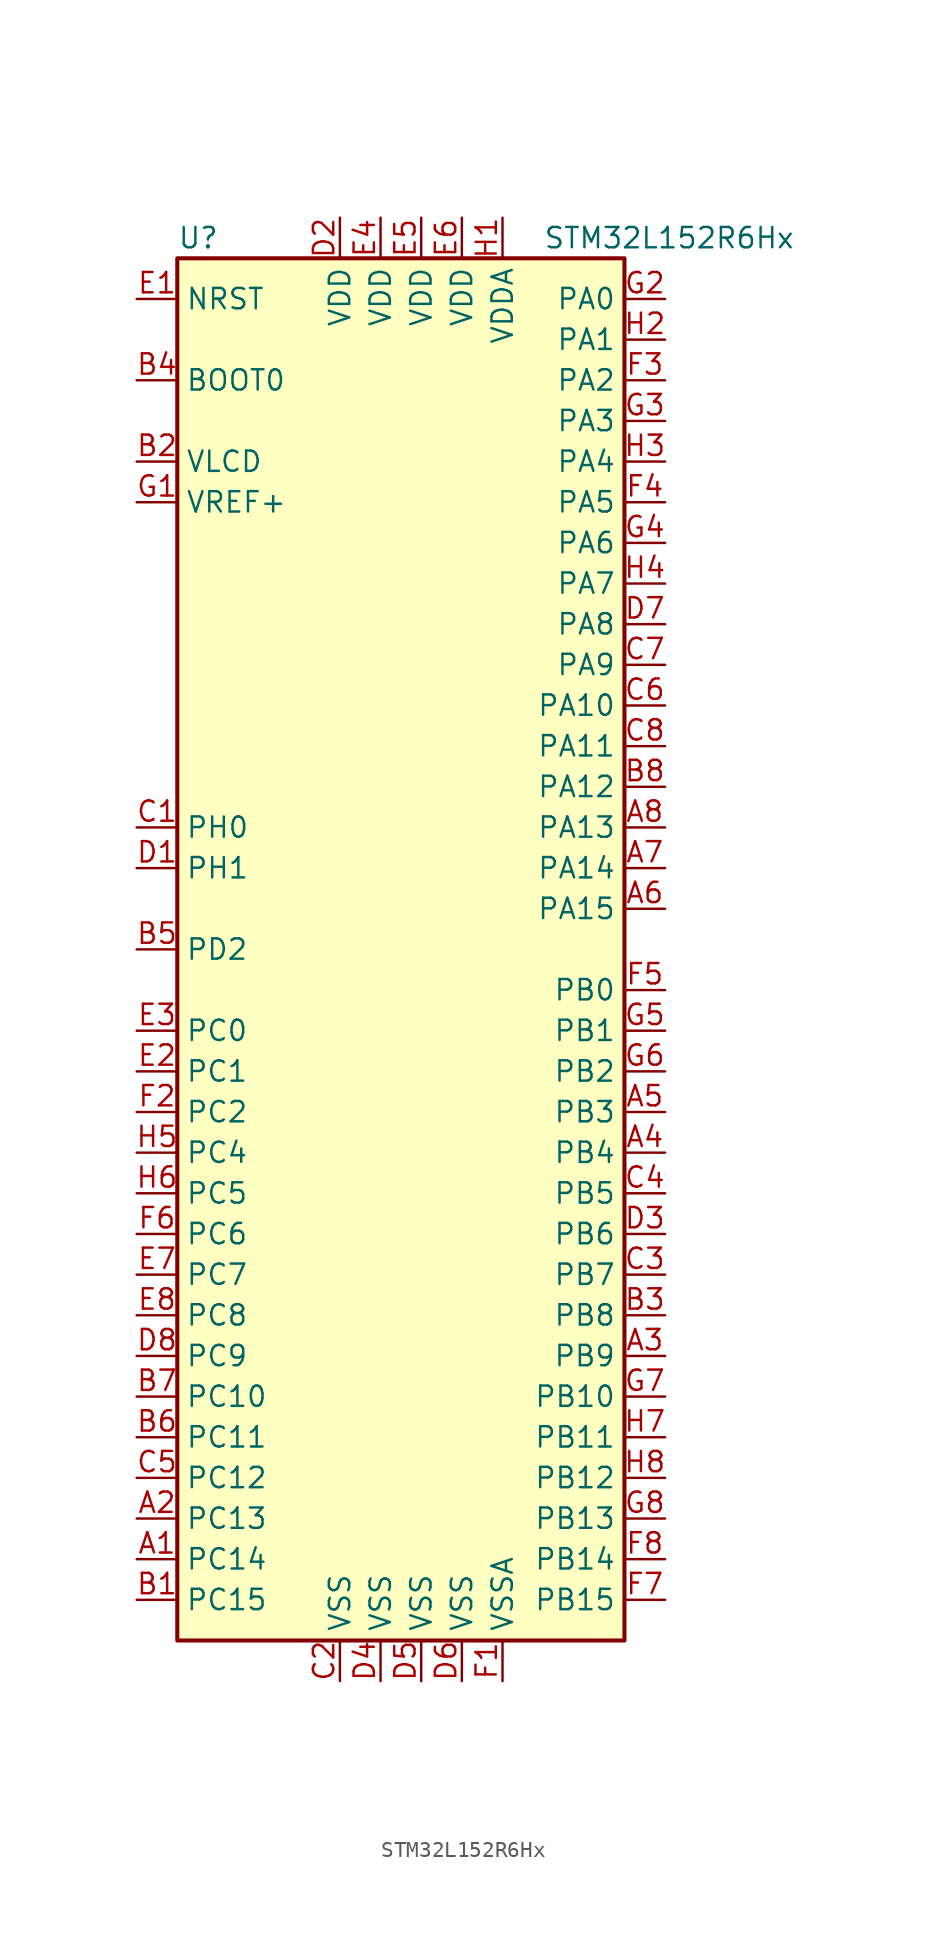
<source format=kicad_sym>
(kicad_symbol_lib
  (version 20201005)
  (generator kicad_symbol_editor)
  (symbol "STM32L152R6Hx"
    (property "Reference" "U"
      (at -15.24 44.45 0)
      (effects (font (size 1.27 1.27)) (justify left)))
    (property "Value" "STM32L152R6Hx"
      (at 7.62 44.45 0)
      (effects (font (size 1.27 1.27)) (justify left)))
    (symbol "STM32L152R6Hx_0_1"
      (rectangle (start -15.24 -43.18) (end 12.7 43.18) (stroke (width 0.254)) (fill (type background))))
    (symbol "STM32L152R6Hx_1_1"
      (pin bidirectional line (at -17.78 -38.1 0) (length 2.54) (name "PC14" (effects (font (size 1.27 1.27)))) (number "A1" (effects (font (size 1.27 1.27)))))
      (pin bidirectional line (at -17.78 -35.56 0) (length 2.54) (name "PC13" (effects (font (size 1.27 1.27)))) (number "A2" (effects (font (size 1.27 1.27)))))
      (pin bidirectional line (at 15.24 -25.4 180) (length 2.54) (name "PB9" (effects (font (size 1.27 1.27)))) (number "A3" (effects (font (size 1.27 1.27)))))
      (pin bidirectional line (at 15.24 -12.7 180) (length 2.54) (name "PB4" (effects (font (size 1.27 1.27)))) (number "A4" (effects (font (size 1.27 1.27)))))
      (pin bidirectional line (at 15.24 -10.16 180) (length 2.54) (name "PB3" (effects (font (size 1.27 1.27)))) (number "A5" (effects (font (size 1.27 1.27)))))
      (pin bidirectional line (at 15.24 2.54 180) (length 2.54) (name "PA15" (effects (font (size 1.27 1.27)))) (number "A6" (effects (font (size 1.27 1.27)))))
      (pin bidirectional line (at 15.24 5.08 180) (length 2.54) (name "PA14" (effects (font (size 1.27 1.27)))) (number "A7" (effects (font (size 1.27 1.27)))))
      (pin bidirectional line (at 15.24 7.62 180) (length 2.54) (name "PA13" (effects (font (size 1.27 1.27)))) (number "A8" (effects (font (size 1.27 1.27)))))
      (pin bidirectional line (at -17.78 -40.64 0) (length 2.54) (name "PC15" (effects (font (size 1.27 1.27)))) (number "B1" (effects (font (size 1.27 1.27)))))
      (pin power_in line (at -17.78 30.48 0) (length 2.54) (name "VLCD" (effects (font (size 1.27 1.27)))) (number "B2" (effects (font (size 1.27 1.27)))))
      (pin bidirectional line (at 15.24 -22.86 180) (length 2.54) (name "PB8" (effects (font (size 1.27 1.27)))) (number "B3" (effects (font (size 1.27 1.27)))))
      (pin input line (at -17.78 35.56 0) (length 2.54) (name "BOOT0" (effects (font (size 1.27 1.27)))) (number "B4" (effects (font (size 1.27 1.27)))))
      (pin bidirectional line (at -17.78 0 0) (length 2.54) (name "PD2" (effects (font (size 1.27 1.27)))) (number "B5" (effects (font (size 1.27 1.27)))))
      (pin bidirectional line (at -17.78 -30.48 0) (length 2.54) (name "PC11" (effects (font (size 1.27 1.27)))) (number "B6" (effects (font (size 1.27 1.27)))))
      (pin bidirectional line (at -17.78 -27.94 0) (length 2.54) (name "PC10" (effects (font (size 1.27 1.27)))) (number "B7" (effects (font (size 1.27 1.27)))))
      (pin bidirectional line (at 15.24 10.16 180) (length 2.54) (name "PA12" (effects (font (size 1.27 1.27)))) (number "B8" (effects (font (size 1.27 1.27)))))
      (pin input line (at -17.78 7.62 0) (length 2.54) (name "PH0" (effects (font (size 1.27 1.27)))) (number "C1" (effects (font (size 1.27 1.27)))))
      (pin power_in line (at -5.08 -45.72 90) (length 2.54) (name "VSS" (effects (font (size 1.27 1.27)))) (number "C2" (effects (font (size 1.27 1.27)))))
      (pin bidirectional line (at 15.24 -20.32 180) (length 2.54) (name "PB7" (effects (font (size 1.27 1.27)))) (number "C3" (effects (font (size 1.27 1.27)))))
      (pin bidirectional line (at 15.24 -15.24 180) (length 2.54) (name "PB5" (effects (font (size 1.27 1.27)))) (number "C4" (effects (font (size 1.27 1.27)))))
      (pin bidirectional line (at -17.78 -33.02 0) (length 2.54) (name "PC12" (effects (font (size 1.27 1.27)))) (number "C5" (effects (font (size 1.27 1.27)))))
      (pin bidirectional line (at 15.24 15.24 180) (length 2.54) (name "PA10" (effects (font (size 1.27 1.27)))) (number "C6" (effects (font (size 1.27 1.27)))))
      (pin bidirectional line (at 15.24 17.78 180) (length 2.54) (name "PA9" (effects (font (size 1.27 1.27)))) (number "C7" (effects (font (size 1.27 1.27)))))
      (pin bidirectional line (at 15.24 12.7 180) (length 2.54) (name "PA11" (effects (font (size 1.27 1.27)))) (number "C8" (effects (font (size 1.27 1.27)))))
      (pin input line (at -17.78 5.08 0) (length 2.54) (name "PH1" (effects (font (size 1.27 1.27)))) (number "D1" (effects (font (size 1.27 1.27)))))
      (pin power_in line (at -5.08 45.72 270) (length 2.54) (name "VDD" (effects (font (size 1.27 1.27)))) (number "D2" (effects (font (size 1.27 1.27)))))
      (pin bidirectional line (at 15.24 -17.78 180) (length 2.54) (name "PB6" (effects (font (size 1.27 1.27)))) (number "D3" (effects (font (size 1.27 1.27)))))
      (pin power_in line (at -2.54 -45.72 90) (length 2.54) (name "VSS" (effects (font (size 1.27 1.27)))) (number "D4" (effects (font (size 1.27 1.27)))))
      (pin power_in line (at 0 -45.72 90) (length 2.54) (name "VSS" (effects (font (size 1.27 1.27)))) (number "D5" (effects (font (size 1.27 1.27)))))
      (pin power_in line (at 2.54 -45.72 90) (length 2.54) (name "VSS" (effects (font (size 1.27 1.27)))) (number "D6" (effects (font (size 1.27 1.27)))))
      (pin bidirectional line (at 15.24 20.32 180) (length 2.54) (name "PA8" (effects (font (size 1.27 1.27)))) (number "D7" (effects (font (size 1.27 1.27)))))
      (pin bidirectional line (at -17.78 -25.4 0) (length 2.54) (name "PC9" (effects (font (size 1.27 1.27)))) (number "D8" (effects (font (size 1.27 1.27)))))
      (pin input line (at -17.78 40.64 0) (length 2.54) (name "NRST" (effects (font (size 1.27 1.27)))) (number "E1" (effects (font (size 1.27 1.27)))))
      (pin bidirectional line (at -17.78 -7.62 0) (length 2.54) (name "PC1" (effects (font (size 1.27 1.27)))) (number "E2" (effects (font (size 1.27 1.27)))))
      (pin bidirectional line (at -17.78 -5.08 0) (length 2.54) (name "PC0" (effects (font (size 1.27 1.27)))) (number "E3" (effects (font (size 1.27 1.27)))))
      (pin power_in line (at -2.54 45.72 270) (length 2.54) (name "VDD" (effects (font (size 1.27 1.27)))) (number "E4" (effects (font (size 1.27 1.27)))))
      (pin power_in line (at 0 45.72 270) (length 2.54) (name "VDD" (effects (font (size 1.27 1.27)))) (number "E5" (effects (font (size 1.27 1.27)))))
      (pin power_in line (at 2.54 45.72 270) (length 2.54) (name "VDD" (effects (font (size 1.27 1.27)))) (number "E6" (effects (font (size 1.27 1.27)))))
      (pin bidirectional line (at -17.78 -20.32 0) (length 2.54) (name "PC7" (effects (font (size 1.27 1.27)))) (number "E7" (effects (font (size 1.27 1.27)))))
      (pin bidirectional line (at -17.78 -22.86 0) (length 2.54) (name "PC8" (effects (font (size 1.27 1.27)))) (number "E8" (effects (font (size 1.27 1.27)))))
      (pin power_in line (at 5.08 -45.72 90) (length 2.54) (name "VSSA" (effects (font (size 1.27 1.27)))) (number "F1" (effects (font (size 1.27 1.27)))))
      (pin bidirectional line (at -17.78 -10.16 0) (length 2.54) (name "PC2" (effects (font (size 1.27 1.27)))) (number "F2" (effects (font (size 1.27 1.27)))))
      (pin bidirectional line (at 15.24 35.56 180) (length 2.54) (name "PA2" (effects (font (size 1.27 1.27)))) (number "F3" (effects (font (size 1.27 1.27)))))
      (pin bidirectional line (at 15.24 27.94 180) (length 2.54) (name "PA5" (effects (font (size 1.27 1.27)))) (number "F4" (effects (font (size 1.27 1.27)))))
      (pin bidirectional line (at 15.24 -2.54 180) (length 2.54) (name "PB0" (effects (font (size 1.27 1.27)))) (number "F5" (effects (font (size 1.27 1.27)))))
      (pin bidirectional line (at -17.78 -17.78 0) (length 2.54) (name "PC6" (effects (font (size 1.27 1.27)))) (number "F6" (effects (font (size 1.27 1.27)))))
      (pin bidirectional line (at 15.24 -40.64 180) (length 2.54) (name "PB15" (effects (font (size 1.27 1.27)))) (number "F7" (effects (font (size 1.27 1.27)))))
      (pin bidirectional line (at 15.24 -38.1 180) (length 2.54) (name "PB14" (effects (font (size 1.27 1.27)))) (number "F8" (effects (font (size 1.27 1.27)))))
      (pin power_in line (at -17.78 27.94 0) (length 2.54) (name "VREF+" (effects (font (size 1.27 1.27)))) (number "G1" (effects (font (size 1.27 1.27)))))
      (pin bidirectional line (at 15.24 40.64 180) (length 2.54) (name "PA0" (effects (font (size 1.27 1.27)))) (number "G2" (effects (font (size 1.27 1.27)))))
      (pin bidirectional line (at 15.24 33.02 180) (length 2.54) (name "PA3" (effects (font (size 1.27 1.27)))) (number "G3" (effects (font (size 1.27 1.27)))))
      (pin bidirectional line (at 15.24 25.4 180) (length 2.54) (name "PA6" (effects (font (size 1.27 1.27)))) (number "G4" (effects (font (size 1.27 1.27)))))
      (pin bidirectional line (at 15.24 -5.08 180) (length 2.54) (name "PB1" (effects (font (size 1.27 1.27)))) (number "G5" (effects (font (size 1.27 1.27)))))
      (pin bidirectional line (at 15.24 -7.62 180) (length 2.54) (name "PB2" (effects (font (size 1.27 1.27)))) (number "G6" (effects (font (size 1.27 1.27)))))
      (pin bidirectional line (at 15.24 -27.94 180) (length 2.54) (name "PB10" (effects (font (size 1.27 1.27)))) (number "G7" (effects (font (size 1.27 1.27)))))
      (pin bidirectional line (at 15.24 -35.56 180) (length 2.54) (name "PB13" (effects (font (size 1.27 1.27)))) (number "G8" (effects (font (size 1.27 1.27)))))
      (pin power_in line (at 5.08 45.72 270) (length 2.54) (name "VDDA" (effects (font (size 1.27 1.27)))) (number "H1" (effects (font (size 1.27 1.27)))))
      (pin bidirectional line (at 15.24 38.1 180) (length 2.54) (name "PA1" (effects (font (size 1.27 1.27)))) (number "H2" (effects (font (size 1.27 1.27)))))
      (pin bidirectional line (at 15.24 30.48 180) (length 2.54) (name "PA4" (effects (font (size 1.27 1.27)))) (number "H3" (effects (font (size 1.27 1.27)))))
      (pin bidirectional line (at 15.24 22.86 180) (length 2.54) (name "PA7" (effects (font (size 1.27 1.27)))) (number "H4" (effects (font (size 1.27 1.27)))))
      (pin bidirectional line (at -17.78 -12.7 0) (length 2.54) (name "PC4" (effects (font (size 1.27 1.27)))) (number "H5" (effects (font (size 1.27 1.27)))))
      (pin bidirectional line (at -17.78 -15.24 0) (length 2.54) (name "PC5" (effects (font (size 1.27 1.27)))) (number "H6" (effects (font (size 1.27 1.27)))))
      (pin bidirectional line (at 15.24 -30.48 180) (length 2.54) (name "PB11" (effects (font (size 1.27 1.27)))) (number "H7" (effects (font (size 1.27 1.27)))))
      (pin bidirectional line (at 15.24 -33.02 180) (length 2.54) (name "PB12" (effects (font (size 1.27 1.27)))) (number "H8" (effects (font (size 1.27 1.27))))))))
</source>
